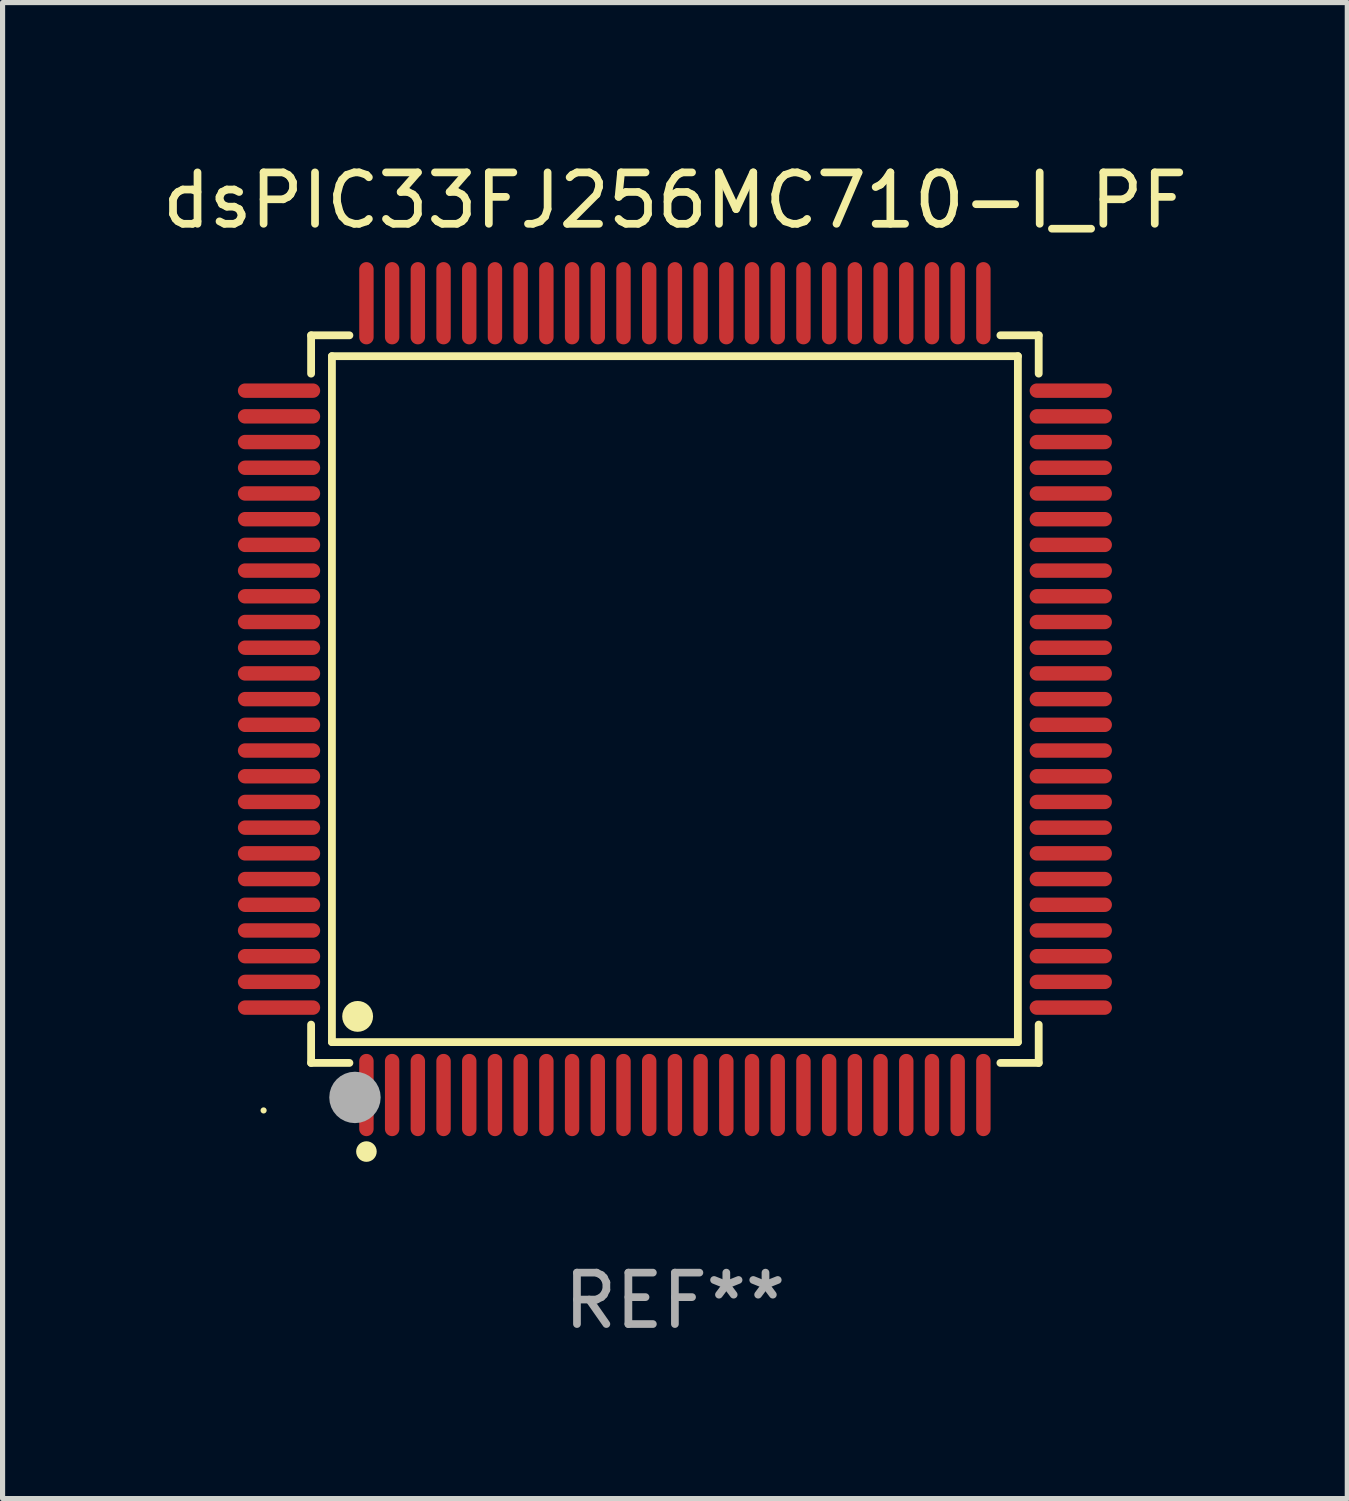
<source format=kicad_pcb>
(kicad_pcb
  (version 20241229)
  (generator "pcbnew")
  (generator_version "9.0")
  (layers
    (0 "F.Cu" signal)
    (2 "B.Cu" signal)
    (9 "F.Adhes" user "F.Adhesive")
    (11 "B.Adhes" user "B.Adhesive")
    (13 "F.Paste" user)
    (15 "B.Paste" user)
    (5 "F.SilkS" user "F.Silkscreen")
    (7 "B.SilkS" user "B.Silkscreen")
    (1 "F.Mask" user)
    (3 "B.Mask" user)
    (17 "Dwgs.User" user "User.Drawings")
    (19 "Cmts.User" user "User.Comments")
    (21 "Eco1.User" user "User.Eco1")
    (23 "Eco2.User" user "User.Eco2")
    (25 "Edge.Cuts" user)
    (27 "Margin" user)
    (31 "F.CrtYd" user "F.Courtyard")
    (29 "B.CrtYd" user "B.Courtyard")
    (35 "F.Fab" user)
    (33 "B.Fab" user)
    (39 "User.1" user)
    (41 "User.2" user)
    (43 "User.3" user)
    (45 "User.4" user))
  (footprint "dsPIC33FJ256MC710-I_PF"
    (layer "F.Cu")
    (at 10.077 10.548)
    (property "Reference" "dsPIC33FJ256MC710-I_PF" (at 0 -9.7 0) (layer "F.SilkS") (effects (font (size 1 1) (thickness 0.15))))
    (attr through_hole)
    (fp_line (start -7.076 -7.076) (end -6.331 -7.076) (stroke (width 0.152) (type solid)) (layer "F.SilkS"))
    (fp_line (start -7.076 -6.331) (end -7.076 -7.076) (stroke (width 0.152) (type solid)) (layer "F.SilkS"))
    (fp_line (start -7.076 6.331) (end -7.076 7.076) (stroke (width 0.152) (type solid)) (layer "F.SilkS"))
    (fp_line (start -7.076 7.076) (end -6.331 7.076) (stroke (width 0.152) (type solid)) (layer "F.SilkS"))
    (fp_line (start -6.671 -6.671) (end 6.671 -6.671) (stroke (width 0.152) (type solid)) (layer "F.SilkS"))
    (fp_line (start -6.671 6.671) (end -6.671 -6.671) (stroke (width 0.152) (type solid)) (layer "F.SilkS"))
    (fp_line (start 6.671 -6.671) (end 6.671 6.671) (stroke (width 0.152) (type solid)) (layer "F.SilkS"))
    (fp_line (start 6.671 6.671) (end -6.671 6.671) (stroke (width 0.152) (type solid)) (layer "F.SilkS"))
    (fp_line (start 7.076 -7.076) (end 6.331 -7.076) (stroke (width 0.152) (type solid)) (layer "F.SilkS"))
    (fp_line (start 7.076 -6.331) (end 7.076 -7.076) (stroke (width 0.152) (type solid)) (layer "F.SilkS"))
    (fp_line (start 7.076 6.331) (end 7.076 7.076) (stroke (width 0.152) (type solid)) (layer "F.SilkS"))
    (fp_line (start 7.076 7.076) (end 6.331 7.076) (stroke (width 0.152) (type solid)) (layer "F.SilkS"))
    (fp_circle (center -8 8) (end -7.97 8) (stroke (width 0.06) (type solid)) (fill no) (layer "F.SilkS"))
    (fp_circle (center -6.171 6.171) (end -6.021 6.171) (stroke (width 0.3) (type solid)) (fill no) (layer "F.SilkS"))
    (fp_circle (center -6 8.8) (end -5.9 8.8) (stroke (width 0.2) (type solid)) (fill no) (layer "F.SilkS"))
    (fp_circle (center -6.223 7.747) (end -5.973 7.747) (stroke (width 0.5) (type solid)) (fill no) (layer "F.Fab"))
    (fp_text user "REF**" (at 0 11.7 0) (layer "F.Fab") (effects (font (size 1 1) (thickness 0.15))))
    (pad "1" smd oval (at -6 7.7) (size 0.28 1.6) (layers "F.Cu" "F.Mask" "F.Paste"))
    (pad "2" smd oval (at -5.5 7.7) (size 0.28 1.6) (layers "F.Cu" "F.Mask" "F.Paste"))
    (pad "3" smd oval (at -5 7.7) (size 0.28 1.6) (layers "F.Cu" "F.Mask" "F.Paste"))
    (pad "4" smd oval (at -4.5 7.7) (size 0.28 1.6) (layers "F.Cu" "F.Mask" "F.Paste"))
    (pad "5" smd oval (at -4 7.7) (size 0.28 1.6) (layers "F.Cu" "F.Mask" "F.Paste"))
    (pad "6" smd oval (at -3.5 7.7) (size 0.28 1.6) (layers "F.Cu" "F.Mask" "F.Paste"))
    (pad "7" smd oval (at -3 7.7) (size 0.28 1.6) (layers "F.Cu" "F.Mask" "F.Paste"))
    (pad "8" smd oval (at -2.5 7.7) (size 0.28 1.6) (layers "F.Cu" "F.Mask" "F.Paste"))
    (pad "9" smd oval (at -2 7.7) (size 0.28 1.6) (layers "F.Cu" "F.Mask" "F.Paste"))
    (pad "10" smd oval (at -1.5 7.7) (size 0.28 1.6) (layers "F.Cu" "F.Mask" "F.Paste"))
    (pad "11" smd oval (at -1 7.7) (size 0.28 1.6) (layers "F.Cu" "F.Mask" "F.Paste"))
    (pad "12" smd oval (at -0.5 7.7) (size 0.28 1.6) (layers "F.Cu" "F.Mask" "F.Paste"))
    (pad "13" smd oval (at 0 7.7) (size 0.28 1.6) (layers "F.Cu" "F.Mask" "F.Paste"))
    (pad "14" smd oval (at 0.5 7.7) (size 0.28 1.6) (layers "F.Cu" "F.Mask" "F.Paste"))
    (pad "15" smd oval (at 1 7.7) (size 0.28 1.6) (layers "F.Cu" "F.Mask" "F.Paste"))
    (pad "16" smd oval (at 1.5 7.7) (size 0.28 1.6) (layers "F.Cu" "F.Mask" "F.Paste"))
    (pad "17" smd oval (at 2 7.7) (size 0.28 1.6) (layers "F.Cu" "F.Mask" "F.Paste"))
    (pad "18" smd oval (at 2.5 7.7) (size 0.28 1.6) (layers "F.Cu" "F.Mask" "F.Paste"))
    (pad "19" smd oval (at 3 7.7) (size 0.28 1.6) (layers "F.Cu" "F.Mask" "F.Paste"))
    (pad "20" smd oval (at 3.5 7.7) (size 0.28 1.6) (layers "F.Cu" "F.Mask" "F.Paste"))
    (pad "21" smd oval (at 4 7.7) (size 0.28 1.6) (layers "F.Cu" "F.Mask" "F.Paste"))
    (pad "22" smd oval (at 4.5 7.7) (size 0.28 1.6) (layers "F.Cu" "F.Mask" "F.Paste"))
    (pad "23" smd oval (at 5 7.7) (size 0.28 1.6) (layers "F.Cu" "F.Mask" "F.Paste"))
    (pad "24" smd oval (at 5.5 7.7) (size 0.28 1.6) (layers "F.Cu" "F.Mask" "F.Paste"))
    (pad "25" smd oval (at 6 7.7) (size 0.28 1.6) (layers "F.Cu" "F.Mask" "F.Paste"))
    (pad "26" smd oval (at 7.7 6) (size 1.6 0.28) (layers "F.Cu" "F.Mask" "F.Paste"))
    (pad "27" smd oval (at 7.7 5.5) (size 1.6 0.28) (layers "F.Cu" "F.Mask" "F.Paste"))
    (pad "28" smd oval (at 7.7 5) (size 1.6 0.28) (layers "F.Cu" "F.Mask" "F.Paste"))
    (pad "29" smd oval (at 7.7 4.5) (size 1.6 0.28) (layers "F.Cu" "F.Mask" "F.Paste"))
    (pad "30" smd oval (at 7.7 4) (size 1.6 0.28) (layers "F.Cu" "F.Mask" "F.Paste"))
    (pad "31" smd oval (at 7.7 3.5) (size 1.6 0.28) (layers "F.Cu" "F.Mask" "F.Paste"))
    (pad "32" smd oval (at 7.7 3) (size 1.6 0.28) (layers "F.Cu" "F.Mask" "F.Paste"))
    (pad "33" smd oval (at 7.7 2.5) (size 1.6 0.28) (layers "F.Cu" "F.Mask" "F.Paste"))
    (pad "34" smd oval (at 7.7 2) (size 1.6 0.28) (layers "F.Cu" "F.Mask" "F.Paste"))
    (pad "35" smd oval (at 7.7 1.5) (size 1.6 0.28) (layers "F.Cu" "F.Mask" "F.Paste"))
    (pad "36" smd oval (at 7.7 1) (size 1.6 0.28) (layers "F.Cu" "F.Mask" "F.Paste"))
    (pad "37" smd oval (at 7.7 0.5) (size 1.6 0.28) (layers "F.Cu" "F.Mask" "F.Paste"))
    (pad "38" smd oval (at 7.7 0) (size 1.6 0.28) (layers "F.Cu" "F.Mask" "F.Paste"))
    (pad "39" smd oval (at 7.7 -0.5) (size 1.6 0.28) (layers "F.Cu" "F.Mask" "F.Paste"))
    (pad "40" smd oval (at 7.7 -1) (size 1.6 0.28) (layers "F.Cu" "F.Mask" "F.Paste"))
    (pad "41" smd oval (at 7.7 -1.5) (size 1.6 0.28) (layers "F.Cu" "F.Mask" "F.Paste"))
    (pad "42" smd oval (at 7.7 -2) (size 1.6 0.28) (layers "F.Cu" "F.Mask" "F.Paste"))
    (pad "43" smd oval (at 7.7 -2.5) (size 1.6 0.28) (layers "F.Cu" "F.Mask" "F.Paste"))
    (pad "44" smd oval (at 7.7 -3) (size 1.6 0.28) (layers "F.Cu" "F.Mask" "F.Paste"))
    (pad "45" smd oval (at 7.7 -3.5) (size 1.6 0.28) (layers "F.Cu" "F.Mask" "F.Paste"))
    (pad "46" smd oval (at 7.7 -4) (size 1.6 0.28) (layers "F.Cu" "F.Mask" "F.Paste"))
    (pad "47" smd oval (at 7.7 -4.5) (size 1.6 0.28) (layers "F.Cu" "F.Mask" "F.Paste"))
    (pad "48" smd oval (at 7.7 -5) (size 1.6 0.28) (layers "F.Cu" "F.Mask" "F.Paste"))
    (pad "49" smd oval (at 7.7 -5.5) (size 1.6 0.28) (layers "F.Cu" "F.Mask" "F.Paste"))
    (pad "50" smd oval (at 7.7 -6) (size 1.6 0.28) (layers "F.Cu" "F.Mask" "F.Paste"))
    (pad "51" smd oval (at 6 -7.7) (size 0.28 1.6) (layers "F.Cu" "F.Mask" "F.Paste"))
    (pad "52" smd oval (at 5.5 -7.7) (size 0.28 1.6) (layers "F.Cu" "F.Mask" "F.Paste"))
    (pad "53" smd oval (at 5 -7.7) (size 0.28 1.6) (layers "F.Cu" "F.Mask" "F.Paste"))
    (pad "54" smd oval (at 4.5 -7.7) (size 0.28 1.6) (layers "F.Cu" "F.Mask" "F.Paste"))
    (pad "55" smd oval (at 4 -7.7) (size 0.28 1.6) (layers "F.Cu" "F.Mask" "F.Paste"))
    (pad "56" smd oval (at 3.5 -7.7) (size 0.28 1.6) (layers "F.Cu" "F.Mask" "F.Paste"))
    (pad "57" smd oval (at 3 -7.7) (size 0.28 1.6) (layers "F.Cu" "F.Mask" "F.Paste"))
    (pad "58" smd oval (at 2.5 -7.7) (size 0.28 1.6) (layers "F.Cu" "F.Mask" "F.Paste"))
    (pad "59" smd oval (at 2 -7.7) (size 0.28 1.6) (layers "F.Cu" "F.Mask" "F.Paste"))
    (pad "60" smd oval (at 1.5 -7.7) (size 0.28 1.6) (layers "F.Cu" "F.Mask" "F.Paste"))
    (pad "61" smd oval (at 1 -7.7) (size 0.28 1.6) (layers "F.Cu" "F.Mask" "F.Paste"))
    (pad "62" smd oval (at 0.5 -7.7) (size 0.28 1.6) (layers "F.Cu" "F.Mask" "F.Paste"))
    (pad "63" smd oval (at 0 -7.7) (size 0.28 1.6) (layers "F.Cu" "F.Mask" "F.Paste"))
    (pad "64" smd oval (at -0.5 -7.7) (size 0.28 1.6) (layers "F.Cu" "F.Mask" "F.Paste"))
    (pad "65" smd oval (at -1 -7.7) (size 0.28 1.6) (layers "F.Cu" "F.Mask" "F.Paste"))
    (pad "66" smd oval (at -1.5 -7.7) (size 0.28 1.6) (layers "F.Cu" "F.Mask" "F.Paste"))
    (pad "67" smd oval (at -2 -7.7) (size 0.28 1.6) (layers "F.Cu" "F.Mask" "F.Paste"))
    (pad "68" smd oval (at -2.5 -7.7) (size 0.28 1.6) (layers "F.Cu" "F.Mask" "F.Paste"))
    (pad "69" smd oval (at -3 -7.7) (size 0.28 1.6) (layers "F.Cu" "F.Mask" "F.Paste"))
    (pad "70" smd oval (at -3.5 -7.7) (size 0.28 1.6) (layers "F.Cu" "F.Mask" "F.Paste"))
    (pad "71" smd oval (at -4 -7.7) (size 0.28 1.6) (layers "F.Cu" "F.Mask" "F.Paste"))
    (pad "72" smd oval (at -4.5 -7.7) (size 0.28 1.6) (layers "F.Cu" "F.Mask" "F.Paste"))
    (pad "73" smd oval (at -5 -7.7) (size 0.28 1.6) (layers "F.Cu" "F.Mask" "F.Paste"))
    (pad "74" smd oval (at -5.5 -7.7) (size 0.28 1.6) (layers "F.Cu" "F.Mask" "F.Paste"))
    (pad "75" smd oval (at -6 -7.7) (size 0.28 1.6) (layers "F.Cu" "F.Mask" "F.Paste"))
    (pad "76" smd oval (at -7.7 -6) (size 1.6 0.28) (layers "F.Cu" "F.Mask" "F.Paste"))
    (pad "77" smd oval (at -7.7 -5.5) (size 1.6 0.28) (layers "F.Cu" "F.Mask" "F.Paste"))
    (pad "78" smd oval (at -7.7 -5) (size 1.6 0.28) (layers "F.Cu" "F.Mask" "F.Paste"))
    (pad "79" smd oval (at -7.7 -4.5) (size 1.6 0.28) (layers "F.Cu" "F.Mask" "F.Paste"))
    (pad "80" smd oval (at -7.7 -4) (size 1.6 0.28) (layers "F.Cu" "F.Mask" "F.Paste"))
    (pad "81" smd oval (at -7.7 -3.5) (size 1.6 0.28) (layers "F.Cu" "F.Mask" "F.Paste"))
    (pad "82" smd oval (at -7.7 -3) (size 1.6 0.28) (layers "F.Cu" "F.Mask" "F.Paste"))
    (pad "83" smd oval (at -7.7 -2.5) (size 1.6 0.28) (layers "F.Cu" "F.Mask" "F.Paste"))
    (pad "84" smd oval (at -7.7 -2) (size 1.6 0.28) (layers "F.Cu" "F.Mask" "F.Paste"))
    (pad "85" smd oval (at -7.7 -1.5) (size 1.6 0.28) (layers "F.Cu" "F.Mask" "F.Paste"))
    (pad "86" smd oval (at -7.7 -1) (size 1.6 0.28) (layers "F.Cu" "F.Mask" "F.Paste"))
    (pad "87" smd oval (at -7.7 -0.5) (size 1.6 0.28) (layers "F.Cu" "F.Mask" "F.Paste"))
    (pad "88" smd oval (at -7.7 0) (size 1.6 0.28) (layers "F.Cu" "F.Mask" "F.Paste"))
    (pad "89" smd oval (at -7.7 0.5) (size 1.6 0.28) (layers "F.Cu" "F.Mask" "F.Paste"))
    (pad "90" smd oval (at -7.7 1) (size 1.6 0.28) (layers "F.Cu" "F.Mask" "F.Paste"))
    (pad "91" smd oval (at -7.7 1.5) (size 1.6 0.28) (layers "F.Cu" "F.Mask" "F.Paste"))
    (pad "92" smd oval (at -7.7 2) (size 1.6 0.28) (layers "F.Cu" "F.Mask" "F.Paste"))
    (pad "93" smd oval (at -7.7 2.5) (size 1.6 0.28) (layers "F.Cu" "F.Mask" "F.Paste"))
    (pad "94" smd oval (at -7.7 3) (size 1.6 0.28) (layers "F.Cu" "F.Mask" "F.Paste"))
    (pad "95" smd oval (at -7.7 3.5) (size 1.6 0.28) (layers "F.Cu" "F.Mask" "F.Paste"))
    (pad "96" smd oval (at -7.7 4) (size 1.6 0.28) (layers "F.Cu" "F.Mask" "F.Paste"))
    (pad "97" smd oval (at -7.7 4.5) (size 1.6 0.28) (layers "F.Cu" "F.Mask" "F.Paste"))
    (pad "98" smd oval (at -7.7 5) (size 1.6 0.28) (layers "F.Cu" "F.Mask" "F.Paste"))
    (pad "99" smd oval (at -7.7 5.5) (size 1.6 0.28) (layers "F.Cu" "F.Mask" "F.Paste"))
    (pad "100" smd oval (at -7.7 6) (size 1.6 0.28) (layers "F.Cu" "F.Mask" "F.Paste")))
  (gr_rect
    (start -3 -3)
    (end 23.155 26.097)
    (stroke (width 0.1) (type default))
    (fill no)
    (layer "Edge.Cuts")))
</source>
